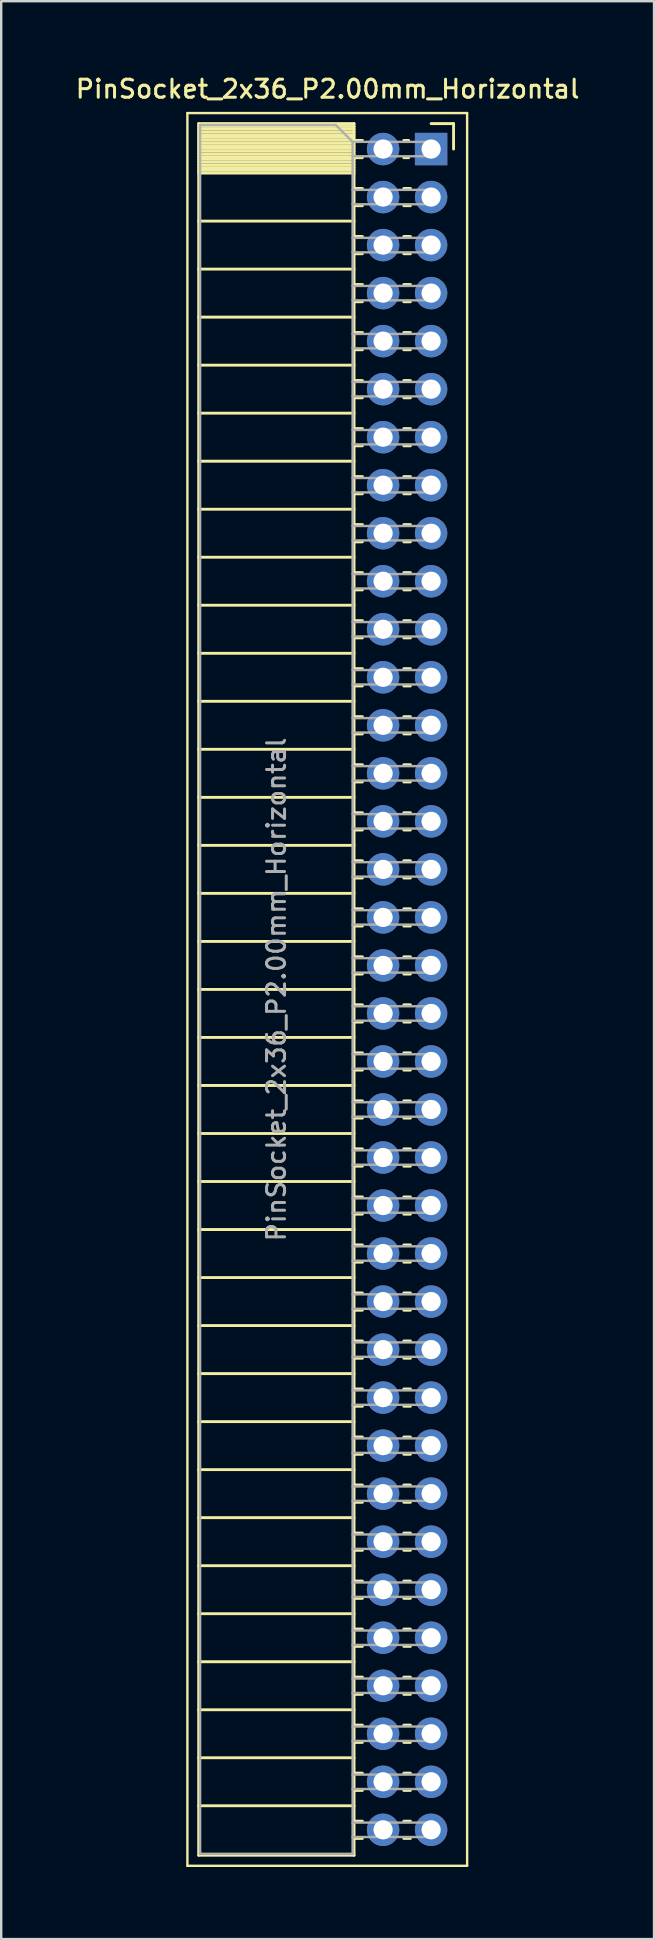
<source format=kicad_pcb>
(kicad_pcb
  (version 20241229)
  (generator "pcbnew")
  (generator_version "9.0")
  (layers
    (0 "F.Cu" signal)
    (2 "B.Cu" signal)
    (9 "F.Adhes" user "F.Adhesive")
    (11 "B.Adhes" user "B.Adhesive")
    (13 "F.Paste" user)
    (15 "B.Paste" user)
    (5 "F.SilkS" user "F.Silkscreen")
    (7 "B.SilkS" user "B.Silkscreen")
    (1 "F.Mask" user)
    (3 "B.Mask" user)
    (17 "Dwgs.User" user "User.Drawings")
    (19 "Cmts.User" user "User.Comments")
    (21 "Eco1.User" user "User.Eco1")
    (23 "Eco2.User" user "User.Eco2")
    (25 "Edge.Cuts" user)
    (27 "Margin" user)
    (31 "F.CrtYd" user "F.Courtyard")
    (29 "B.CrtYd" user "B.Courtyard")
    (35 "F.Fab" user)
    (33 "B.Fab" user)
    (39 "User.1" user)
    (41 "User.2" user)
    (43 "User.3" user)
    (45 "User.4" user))
  (footprint "PinSocket_2x36_P2.00mm_Horizontal"
    (layer "F.Cu")
    (at 14.905 3.158)
    (property "Reference" "PinSocket_2x36_P2.00mm_Horizontal" (at -4.31 -2.5 0) (layer "F.SilkS") (effects (font (size 0.75 0.75) (thickness 0.125))))
    (attr through_hole)
    (fp_line (start -10.15 -1.5) (end -10.15 71.5) (stroke (width 0.1) (type solid)) (layer "F.SilkS"))
    (fp_line (start -10.15 71.5) (end 1.5 71.5) (stroke (width 0.1) (type solid)) (layer "F.SilkS"))
    (fp_line (start -9.68 -1.06) (end -9.68 71.06) (stroke (width 0.12) (type solid)) (layer "F.SilkS"))
    (fp_line (start -9.68 -1.06) (end -3.21 -1.06) (stroke (width 0.12) (type solid)) (layer "F.SilkS"))
    (fp_line (start -9.68 -0.94) (end -3.21 -0.94) (stroke (width 0.12) (type solid)) (layer "F.SilkS"))
    (fp_line (start -9.68 -0.826) (end -3.21 -0.826) (stroke (width 0.12) (type solid)) (layer "F.SilkS"))
    (fp_line (start -9.68 -0.712) (end -3.21 -0.712) (stroke (width 0.12) (type solid)) (layer "F.SilkS"))
    (fp_line (start -9.68 -0.598) (end -3.21 -0.598) (stroke (width 0.12) (type solid)) (layer "F.SilkS"))
    (fp_line (start -9.68 -0.484) (end -3.21 -0.484) (stroke (width 0.12) (type solid)) (layer "F.SilkS"))
    (fp_line (start -9.68 -0.369) (end -3.21 -0.369) (stroke (width 0.12) (type solid)) (layer "F.SilkS"))
    (fp_line (start -9.68 -0.255) (end -3.21 -0.255) (stroke (width 0.12) (type solid)) (layer "F.SilkS"))
    (fp_line (start -9.68 -0.141) (end -3.21 -0.141) (stroke (width 0.12) (type solid)) (layer "F.SilkS"))
    (fp_line (start -9.68 -0.027) (end -3.21 -0.027) (stroke (width 0.12) (type solid)) (layer "F.SilkS"))
    (fp_line (start -9.68 0.087) (end -3.21 0.087) (stroke (width 0.12) (type solid)) (layer "F.SilkS"))
    (fp_line (start -9.68 0.201) (end -3.21 0.201) (stroke (width 0.12) (type solid)) (layer "F.SilkS"))
    (fp_line (start -9.68 0.315) (end -3.21 0.315) (stroke (width 0.12) (type solid)) (layer "F.SilkS"))
    (fp_line (start -9.68 0.429) (end -3.21 0.429) (stroke (width 0.12) (type solid)) (layer "F.SilkS"))
    (fp_line (start -9.68 0.544) (end -3.21 0.544) (stroke (width 0.12) (type solid)) (layer "F.SilkS"))
    (fp_line (start -9.68 0.658) (end -3.21 0.658) (stroke (width 0.12) (type solid)) (layer "F.SilkS"))
    (fp_line (start -9.68 0.772) (end -3.21 0.772) (stroke (width 0.12) (type solid)) (layer "F.SilkS"))
    (fp_line (start -9.68 0.886) (end -3.21 0.886) (stroke (width 0.12) (type solid)) (layer "F.SilkS"))
    (fp_line (start -9.68 1) (end -3.21 1) (stroke (width 0.12) (type solid)) (layer "F.SilkS"))
    (fp_line (start -9.68 3) (end -3.21 3) (stroke (width 0.12) (type solid)) (layer "F.SilkS"))
    (fp_line (start -9.68 5) (end -3.21 5) (stroke (width 0.12) (type solid)) (layer "F.SilkS"))
    (fp_line (start -9.68 7) (end -3.21 7) (stroke (width 0.12) (type solid)) (layer "F.SilkS"))
    (fp_line (start -9.68 9) (end -3.21 9) (stroke (width 0.12) (type solid)) (layer "F.SilkS"))
    (fp_line (start -9.68 11) (end -3.21 11) (stroke (width 0.12) (type solid)) (layer "F.SilkS"))
    (fp_line (start -9.68 13) (end -3.21 13) (stroke (width 0.12) (type solid)) (layer "F.SilkS"))
    (fp_line (start -9.68 15) (end -3.21 15) (stroke (width 0.12) (type solid)) (layer "F.SilkS"))
    (fp_line (start -9.68 17) (end -3.21 17) (stroke (width 0.12) (type solid)) (layer "F.SilkS"))
    (fp_line (start -9.68 19) (end -3.21 19) (stroke (width 0.12) (type solid)) (layer "F.SilkS"))
    (fp_line (start -9.68 21) (end -3.21 21) (stroke (width 0.12) (type solid)) (layer "F.SilkS"))
    (fp_line (start -9.68 23) (end -3.21 23) (stroke (width 0.12) (type solid)) (layer "F.SilkS"))
    (fp_line (start -9.68 25) (end -3.21 25) (stroke (width 0.12) (type solid)) (layer "F.SilkS"))
    (fp_line (start -9.68 27) (end -3.21 27) (stroke (width 0.12) (type solid)) (layer "F.SilkS"))
    (fp_line (start -9.68 29) (end -3.21 29) (stroke (width 0.12) (type solid)) (layer "F.SilkS"))
    (fp_line (start -9.68 31) (end -3.21 31) (stroke (width 0.12) (type solid)) (layer "F.SilkS"))
    (fp_line (start -9.68 33) (end -3.21 33) (stroke (width 0.12) (type solid)) (layer "F.SilkS"))
    (fp_line (start -9.68 35) (end -3.21 35) (stroke (width 0.12) (type solid)) (layer "F.SilkS"))
    (fp_line (start -9.68 37) (end -3.21 37) (stroke (width 0.12) (type solid)) (layer "F.SilkS"))
    (fp_line (start -9.68 39) (end -3.21 39) (stroke (width 0.12) (type solid)) (layer "F.SilkS"))
    (fp_line (start -9.68 41) (end -3.21 41) (stroke (width 0.12) (type solid)) (layer "F.SilkS"))
    (fp_line (start -9.68 43) (end -3.21 43) (stroke (width 0.12) (type solid)) (layer "F.SilkS"))
    (fp_line (start -9.68 45) (end -3.21 45) (stroke (width 0.12) (type solid)) (layer "F.SilkS"))
    (fp_line (start -9.68 47) (end -3.21 47) (stroke (width 0.12) (type solid)) (layer "F.SilkS"))
    (fp_line (start -9.68 49) (end -3.21 49) (stroke (width 0.12) (type solid)) (layer "F.SilkS"))
    (fp_line (start -9.68 51) (end -3.21 51) (stroke (width 0.12) (type solid)) (layer "F.SilkS"))
    (fp_line (start -9.68 53) (end -3.21 53) (stroke (width 0.12) (type solid)) (layer "F.SilkS"))
    (fp_line (start -9.68 55) (end -3.21 55) (stroke (width 0.12) (type solid)) (layer "F.SilkS"))
    (fp_line (start -9.68 57) (end -3.21 57) (stroke (width 0.12) (type solid)) (layer "F.SilkS"))
    (fp_line (start -9.68 59) (end -3.21 59) (stroke (width 0.12) (type solid)) (layer "F.SilkS"))
    (fp_line (start -9.68 61) (end -3.21 61) (stroke (width 0.12) (type solid)) (layer "F.SilkS"))
    (fp_line (start -9.68 63) (end -3.21 63) (stroke (width 0.12) (type solid)) (layer "F.SilkS"))
    (fp_line (start -9.68 65) (end -3.21 65) (stroke (width 0.12) (type solid)) (layer "F.SilkS"))
    (fp_line (start -9.68 67) (end -3.21 67) (stroke (width 0.12) (type solid)) (layer "F.SilkS"))
    (fp_line (start -9.68 69) (end -3.21 69) (stroke (width 0.12) (type solid)) (layer "F.SilkS"))
    (fp_line (start -9.68 71.06) (end -3.21 71.06) (stroke (width 0.12) (type solid)) (layer "F.SilkS"))
    (fp_line (start -3.21 -1.06) (end -3.21 71.06) (stroke (width 0.12) (type solid)) (layer "F.SilkS"))
    (fp_line (start -3.21 -0.36) (end -2.863 -0.36) (stroke (width 0.12) (type solid)) (layer "F.SilkS"))
    (fp_line (start -3.21 0.36) (end -2.863 0.36) (stroke (width 0.12) (type solid)) (layer "F.SilkS"))
    (fp_line (start -3.21 1.64) (end -2.863 1.64) (stroke (width 0.12) (type solid)) (layer "F.SilkS"))
    (fp_line (start -3.21 2.36) (end -2.863 2.36) (stroke (width 0.12) (type solid)) (layer "F.SilkS"))
    (fp_line (start -3.21 3.64) (end -2.863 3.64) (stroke (width 0.12) (type solid)) (layer "F.SilkS"))
    (fp_line (start -3.21 4.36) (end -2.863 4.36) (stroke (width 0.12) (type solid)) (layer "F.SilkS"))
    (fp_line (start -3.21 5.64) (end -2.863 5.64) (stroke (width 0.12) (type solid)) (layer "F.SilkS"))
    (fp_line (start -3.21 6.36) (end -2.863 6.36) (stroke (width 0.12) (type solid)) (layer "F.SilkS"))
    (fp_line (start -3.21 7.64) (end -2.863 7.64) (stroke (width 0.12) (type solid)) (layer "F.SilkS"))
    (fp_line (start -3.21 8.36) (end -2.863 8.36) (stroke (width 0.12) (type solid)) (layer "F.SilkS"))
    (fp_line (start -3.21 9.64) (end -2.863 9.64) (stroke (width 0.12) (type solid)) (layer "F.SilkS"))
    (fp_line (start -3.21 10.36) (end -2.863 10.36) (stroke (width 0.12) (type solid)) (layer "F.SilkS"))
    (fp_line (start -3.21 11.64) (end -2.863 11.64) (stroke (width 0.12) (type solid)) (layer "F.SilkS"))
    (fp_line (start -3.21 12.36) (end -2.863 12.36) (stroke (width 0.12) (type solid)) (layer "F.SilkS"))
    (fp_line (start -3.21 13.64) (end -2.863 13.64) (stroke (width 0.12) (type solid)) (layer "F.SilkS"))
    (fp_line (start -3.21 14.36) (end -2.863 14.36) (stroke (width 0.12) (type solid)) (layer "F.SilkS"))
    (fp_line (start -3.21 15.64) (end -2.863 15.64) (stroke (width 0.12) (type solid)) (layer "F.SilkS"))
    (fp_line (start -3.21 16.36) (end -2.863 16.36) (stroke (width 0.12) (type solid)) (layer "F.SilkS"))
    (fp_line (start -3.21 17.64) (end -2.863 17.64) (stroke (width 0.12) (type solid)) (layer "F.SilkS"))
    (fp_line (start -3.21 18.36) (end -2.863 18.36) (stroke (width 0.12) (type solid)) (layer "F.SilkS"))
    (fp_line (start -3.21 19.64) (end -2.863 19.64) (stroke (width 0.12) (type solid)) (layer "F.SilkS"))
    (fp_line (start -3.21 20.36) (end -2.863 20.36) (stroke (width 0.12) (type solid)) (layer "F.SilkS"))
    (fp_line (start -3.21 21.64) (end -2.863 21.64) (stroke (width 0.12) (type solid)) (layer "F.SilkS"))
    (fp_line (start -3.21 22.36) (end -2.863 22.36) (stroke (width 0.12) (type solid)) (layer "F.SilkS"))
    (fp_line (start -3.21 23.64) (end -2.863 23.64) (stroke (width 0.12) (type solid)) (layer "F.SilkS"))
    (fp_line (start -3.21 24.36) (end -2.863 24.36) (stroke (width 0.12) (type solid)) (layer "F.SilkS"))
    (fp_line (start -3.21 25.64) (end -2.863 25.64) (stroke (width 0.12) (type solid)) (layer "F.SilkS"))
    (fp_line (start -3.21 26.36) (end -2.863 26.36) (stroke (width 0.12) (type solid)) (layer "F.SilkS"))
    (fp_line (start -3.21 27.64) (end -2.863 27.64) (stroke (width 0.12) (type solid)) (layer "F.SilkS"))
    (fp_line (start -3.21 28.36) (end -2.863 28.36) (stroke (width 0.12) (type solid)) (layer "F.SilkS"))
    (fp_line (start -3.21 29.64) (end -2.863 29.64) (stroke (width 0.12) (type solid)) (layer "F.SilkS"))
    (fp_line (start -3.21 30.36) (end -2.863 30.36) (stroke (width 0.12) (type solid)) (layer "F.SilkS"))
    (fp_line (start -3.21 31.64) (end -2.863 31.64) (stroke (width 0.12) (type solid)) (layer "F.SilkS"))
    (fp_line (start -3.21 32.36) (end -2.863 32.36) (stroke (width 0.12) (type solid)) (layer "F.SilkS"))
    (fp_line (start -3.21 33.64) (end -2.863 33.64) (stroke (width 0.12) (type solid)) (layer "F.SilkS"))
    (fp_line (start -3.21 34.36) (end -2.863 34.36) (stroke (width 0.12) (type solid)) (layer "F.SilkS"))
    (fp_line (start -3.21 35.64) (end -2.863 35.64) (stroke (width 0.12) (type solid)) (layer "F.SilkS"))
    (fp_line (start -3.21 36.36) (end -2.863 36.36) (stroke (width 0.12) (type solid)) (layer "F.SilkS"))
    (fp_line (start -3.21 37.64) (end -2.863 37.64) (stroke (width 0.12) (type solid)) (layer "F.SilkS"))
    (fp_line (start -3.21 38.36) (end -2.863 38.36) (stroke (width 0.12) (type solid)) (layer "F.SilkS"))
    (fp_line (start -3.21 39.64) (end -2.863 39.64) (stroke (width 0.12) (type solid)) (layer "F.SilkS"))
    (fp_line (start -3.21 40.36) (end -2.863 40.36) (stroke (width 0.12) (type solid)) (layer "F.SilkS"))
    (fp_line (start -3.21 41.64) (end -2.863 41.64) (stroke (width 0.12) (type solid)) (layer "F.SilkS"))
    (fp_line (start -3.21 42.36) (end -2.863 42.36) (stroke (width 0.12) (type solid)) (layer "F.SilkS"))
    (fp_line (start -3.21 43.64) (end -2.863 43.64) (stroke (width 0.12) (type solid)) (layer "F.SilkS"))
    (fp_line (start -3.21 44.36) (end -2.863 44.36) (stroke (width 0.12) (type solid)) (layer "F.SilkS"))
    (fp_line (start -3.21 45.64) (end -2.863 45.64) (stroke (width 0.12) (type solid)) (layer "F.SilkS"))
    (fp_line (start -3.21 46.36) (end -2.863 46.36) (stroke (width 0.12) (type solid)) (layer "F.SilkS"))
    (fp_line (start -3.21 47.64) (end -2.863 47.64) (stroke (width 0.12) (type solid)) (layer "F.SilkS"))
    (fp_line (start -3.21 48.36) (end -2.863 48.36) (stroke (width 0.12) (type solid)) (layer "F.SilkS"))
    (fp_line (start -3.21 49.64) (end -2.863 49.64) (stroke (width 0.12) (type solid)) (layer "F.SilkS"))
    (fp_line (start -3.21 50.36) (end -2.863 50.36) (stroke (width 0.12) (type solid)) (layer "F.SilkS"))
    (fp_line (start -3.21 51.64) (end -2.863 51.64) (stroke (width 0.12) (type solid)) (layer "F.SilkS"))
    (fp_line (start -3.21 52.36) (end -2.863 52.36) (stroke (width 0.12) (type solid)) (layer "F.SilkS"))
    (fp_line (start -3.21 53.64) (end -2.863 53.64) (stroke (width 0.12) (type solid)) (layer "F.SilkS"))
    (fp_line (start -3.21 54.36) (end -2.863 54.36) (stroke (width 0.12) (type solid)) (layer "F.SilkS"))
    (fp_line (start -3.21 55.64) (end -2.863 55.64) (stroke (width 0.12) (type solid)) (layer "F.SilkS"))
    (fp_line (start -3.21 56.36) (end -2.863 56.36) (stroke (width 0.12) (type solid)) (layer "F.SilkS"))
    (fp_line (start -3.21 57.64) (end -2.863 57.64) (stroke (width 0.12) (type solid)) (layer "F.SilkS"))
    (fp_line (start -3.21 58.36) (end -2.863 58.36) (stroke (width 0.12) (type solid)) (layer "F.SilkS"))
    (fp_line (start -3.21 59.64) (end -2.863 59.64) (stroke (width 0.12) (type solid)) (layer "F.SilkS"))
    (fp_line (start -3.21 60.36) (end -2.863 60.36) (stroke (width 0.12) (type solid)) (layer "F.SilkS"))
    (fp_line (start -3.21 61.64) (end -2.863 61.64) (stroke (width 0.12) (type solid)) (layer "F.SilkS"))
    (fp_line (start -3.21 62.36) (end -2.863 62.36) (stroke (width 0.12) (type solid)) (layer "F.SilkS"))
    (fp_line (start -3.21 63.64) (end -2.863 63.64) (stroke (width 0.12) (type solid)) (layer "F.SilkS"))
    (fp_line (start -3.21 64.36) (end -2.863 64.36) (stroke (width 0.12) (type solid)) (layer "F.SilkS"))
    (fp_line (start -3.21 65.64) (end -2.863 65.64) (stroke (width 0.12) (type solid)) (layer "F.SilkS"))
    (fp_line (start -3.21 66.36) (end -2.863 66.36) (stroke (width 0.12) (type solid)) (layer "F.SilkS"))
    (fp_line (start -3.21 67.64) (end -2.863 67.64) (stroke (width 0.12) (type solid)) (layer "F.SilkS"))
    (fp_line (start -3.21 68.36) (end -2.863 68.36) (stroke (width 0.12) (type solid)) (layer "F.SilkS"))
    (fp_line (start -3.21 69.64) (end -2.863 69.64) (stroke (width 0.12) (type solid)) (layer "F.SilkS"))
    (fp_line (start -3.21 70.36) (end -2.863 70.36) (stroke (width 0.12) (type solid)) (layer "F.SilkS"))
    (fp_line (start -1.137 -0.36) (end -0.935 -0.36) (stroke (width 0.12) (type solid)) (layer "F.SilkS"))
    (fp_line (start -1.137 0.36) (end -0.935 0.36) (stroke (width 0.12) (type solid)) (layer "F.SilkS"))
    (fp_line (start -1.137 1.64) (end -0.863 1.64) (stroke (width 0.12) (type solid)) (layer "F.SilkS"))
    (fp_line (start -1.137 2.36) (end -0.863 2.36) (stroke (width 0.12) (type solid)) (layer "F.SilkS"))
    (fp_line (start -1.137 3.64) (end -0.863 3.64) (stroke (width 0.12) (type solid)) (layer "F.SilkS"))
    (fp_line (start -1.137 4.36) (end -0.863 4.36) (stroke (width 0.12) (type solid)) (layer "F.SilkS"))
    (fp_line (start -1.137 5.64) (end -0.863 5.64) (stroke (width 0.12) (type solid)) (layer "F.SilkS"))
    (fp_line (start -1.137 6.36) (end -0.863 6.36) (stroke (width 0.12) (type solid)) (layer "F.SilkS"))
    (fp_line (start -1.137 7.64) (end -0.863 7.64) (stroke (width 0.12) (type solid)) (layer "F.SilkS"))
    (fp_line (start -1.137 8.36) (end -0.863 8.36) (stroke (width 0.12) (type solid)) (layer "F.SilkS"))
    (fp_line (start -1.137 9.64) (end -0.863 9.64) (stroke (width 0.12) (type solid)) (layer "F.SilkS"))
    (fp_line (start -1.137 10.36) (end -0.863 10.36) (stroke (width 0.12) (type solid)) (layer "F.SilkS"))
    (fp_line (start -1.137 11.64) (end -0.863 11.64) (stroke (width 0.12) (type solid)) (layer "F.SilkS"))
    (fp_line (start -1.137 12.36) (end -0.863 12.36) (stroke (width 0.12) (type solid)) (layer "F.SilkS"))
    (fp_line (start -1.137 13.64) (end -0.863 13.64) (stroke (width 0.12) (type solid)) (layer "F.SilkS"))
    (fp_line (start -1.137 14.36) (end -0.863 14.36) (stroke (width 0.12) (type solid)) (layer "F.SilkS"))
    (fp_line (start -1.137 15.64) (end -0.863 15.64) (stroke (width 0.12) (type solid)) (layer "F.SilkS"))
    (fp_line (start -1.137 16.36) (end -0.863 16.36) (stroke (width 0.12) (type solid)) (layer "F.SilkS"))
    (fp_line (start -1.137 17.64) (end -0.863 17.64) (stroke (width 0.12) (type solid)) (layer "F.SilkS"))
    (fp_line (start -1.137 18.36) (end -0.863 18.36) (stroke (width 0.12) (type solid)) (layer "F.SilkS"))
    (fp_line (start -1.137 19.64) (end -0.863 19.64) (stroke (width 0.12) (type solid)) (layer "F.SilkS"))
    (fp_line (start -1.137 20.36) (end -0.863 20.36) (stroke (width 0.12) (type solid)) (layer "F.SilkS"))
    (fp_line (start -1.137 21.64) (end -0.863 21.64) (stroke (width 0.12) (type solid)) (layer "F.SilkS"))
    (fp_line (start -1.137 22.36) (end -0.863 22.36) (stroke (width 0.12) (type solid)) (layer "F.SilkS"))
    (fp_line (start -1.137 23.64) (end -0.863 23.64) (stroke (width 0.12) (type solid)) (layer "F.SilkS"))
    (fp_line (start -1.137 24.36) (end -0.863 24.36) (stroke (width 0.12) (type solid)) (layer "F.SilkS"))
    (fp_line (start -1.137 25.64) (end -0.863 25.64) (stroke (width 0.12) (type solid)) (layer "F.SilkS"))
    (fp_line (start -1.137 26.36) (end -0.863 26.36) (stroke (width 0.12) (type solid)) (layer "F.SilkS"))
    (fp_line (start -1.137 27.64) (end -0.863 27.64) (stroke (width 0.12) (type solid)) (layer "F.SilkS"))
    (fp_line (start -1.137 28.36) (end -0.863 28.36) (stroke (width 0.12) (type solid)) (layer "F.SilkS"))
    (fp_line (start -1.137 29.64) (end -0.863 29.64) (stroke (width 0.12) (type solid)) (layer "F.SilkS"))
    (fp_line (start -1.137 30.36) (end -0.863 30.36) (stroke (width 0.12) (type solid)) (layer "F.SilkS"))
    (fp_line (start -1.137 31.64) (end -0.863 31.64) (stroke (width 0.12) (type solid)) (layer "F.SilkS"))
    (fp_line (start -1.137 32.36) (end -0.863 32.36) (stroke (width 0.12) (type solid)) (layer "F.SilkS"))
    (fp_line (start -1.137 33.64) (end -0.863 33.64) (stroke (width 0.12) (type solid)) (layer "F.SilkS"))
    (fp_line (start -1.137 34.36) (end -0.863 34.36) (stroke (width 0.12) (type solid)) (layer "F.SilkS"))
    (fp_line (start -1.137 35.64) (end -0.863 35.64) (stroke (width 0.12) (type solid)) (layer "F.SilkS"))
    (fp_line (start -1.137 36.36) (end -0.863 36.36) (stroke (width 0.12) (type solid)) (layer "F.SilkS"))
    (fp_line (start -1.137 37.64) (end -0.863 37.64) (stroke (width 0.12) (type solid)) (layer "F.SilkS"))
    (fp_line (start -1.137 38.36) (end -0.863 38.36) (stroke (width 0.12) (type solid)) (layer "F.SilkS"))
    (fp_line (start -1.137 39.64) (end -0.863 39.64) (stroke (width 0.12) (type solid)) (layer "F.SilkS"))
    (fp_line (start -1.137 40.36) (end -0.863 40.36) (stroke (width 0.12) (type solid)) (layer "F.SilkS"))
    (fp_line (start -1.137 41.64) (end -0.863 41.64) (stroke (width 0.12) (type solid)) (layer "F.SilkS"))
    (fp_line (start -1.137 42.36) (end -0.863 42.36) (stroke (width 0.12) (type solid)) (layer "F.SilkS"))
    (fp_line (start -1.137 43.64) (end -0.863 43.64) (stroke (width 0.12) (type solid)) (layer "F.SilkS"))
    (fp_line (start -1.137 44.36) (end -0.863 44.36) (stroke (width 0.12) (type solid)) (layer "F.SilkS"))
    (fp_line (start -1.137 45.64) (end -0.863 45.64) (stroke (width 0.12) (type solid)) (layer "F.SilkS"))
    (fp_line (start -1.137 46.36) (end -0.863 46.36) (stroke (width 0.12) (type solid)) (layer "F.SilkS"))
    (fp_line (start -1.137 47.64) (end -0.863 47.64) (stroke (width 0.12) (type solid)) (layer "F.SilkS"))
    (fp_line (start -1.137 48.36) (end -0.863 48.36) (stroke (width 0.12) (type solid)) (layer "F.SilkS"))
    (fp_line (start -1.137 49.64) (end -0.863 49.64) (stroke (width 0.12) (type solid)) (layer "F.SilkS"))
    (fp_line (start -1.137 50.36) (end -0.863 50.36) (stroke (width 0.12) (type solid)) (layer "F.SilkS"))
    (fp_line (start -1.137 51.64) (end -0.863 51.64) (stroke (width 0.12) (type solid)) (layer "F.SilkS"))
    (fp_line (start -1.137 52.36) (end -0.863 52.36) (stroke (width 0.12) (type solid)) (layer "F.SilkS"))
    (fp_line (start -1.137 53.64) (end -0.863 53.64) (stroke (width 0.12) (type solid)) (layer "F.SilkS"))
    (fp_line (start -1.137 54.36) (end -0.863 54.36) (stroke (width 0.12) (type solid)) (layer "F.SilkS"))
    (fp_line (start -1.137 55.64) (end -0.863 55.64) (stroke (width 0.12) (type solid)) (layer "F.SilkS"))
    (fp_line (start -1.137 56.36) (end -0.863 56.36) (stroke (width 0.12) (type solid)) (layer "F.SilkS"))
    (fp_line (start -1.137 57.64) (end -0.863 57.64) (stroke (width 0.12) (type solid)) (layer "F.SilkS"))
    (fp_line (start -1.137 58.36) (end -0.863 58.36) (stroke (width 0.12) (type solid)) (layer "F.SilkS"))
    (fp_line (start -1.137 59.64) (end -0.863 59.64) (stroke (width 0.12) (type solid)) (layer "F.SilkS"))
    (fp_line (start -1.137 60.36) (end -0.863 60.36) (stroke (width 0.12) (type solid)) (layer "F.SilkS"))
    (fp_line (start -1.137 61.64) (end -0.863 61.64) (stroke (width 0.12) (type solid)) (layer "F.SilkS"))
    (fp_line (start -1.137 62.36) (end -0.863 62.36) (stroke (width 0.12) (type solid)) (layer "F.SilkS"))
    (fp_line (start -1.137 63.64) (end -0.863 63.64) (stroke (width 0.12) (type solid)) (layer "F.SilkS"))
    (fp_line (start -1.137 64.36) (end -0.863 64.36) (stroke (width 0.12) (type solid)) (layer "F.SilkS"))
    (fp_line (start -1.137 65.64) (end -0.863 65.64) (stroke (width 0.12) (type solid)) (layer "F.SilkS"))
    (fp_line (start -1.137 66.36) (end -0.863 66.36) (stroke (width 0.12) (type solid)) (layer "F.SilkS"))
    (fp_line (start -1.137 67.64) (end -0.863 67.64) (stroke (width 0.12) (type solid)) (layer "F.SilkS"))
    (fp_line (start -1.137 68.36) (end -0.863 68.36) (stroke (width 0.12) (type solid)) (layer "F.SilkS"))
    (fp_line (start -1.137 69.64) (end -0.863 69.64) (stroke (width 0.12) (type solid)) (layer "F.SilkS"))
    (fp_line (start -1.137 70.36) (end -0.863 70.36) (stroke (width 0.12) (type solid)) (layer "F.SilkS"))
    (fp_line (start 0 -1.06) (end 0.935 -1.06) (stroke (width 0.12) (type solid)) (layer "F.SilkS"))
    (fp_line (start 0.935 -1.06) (end 0.935 0) (stroke (width 0.12) (type solid)) (layer "F.SilkS"))
    (fp_line (start 1.5 -1.5) (end -10.15 -1.5) (stroke (width 0.1) (type solid)) (layer "F.SilkS"))
    (fp_line (start 1.5 71.5) (end 1.5 -1.5) (stroke (width 0.1) (type solid)) (layer "F.SilkS"))
    (fp_line (start -9.62 -1) (end -3.97 -1) (stroke (width 0.1) (type solid)) (layer "F.Fab"))
    (fp_line (start -9.62 71) (end -9.62 -1) (stroke (width 0.1) (type solid)) (layer "F.Fab"))
    (fp_line (start -3.97 -1) (end -3.27 -0.3) (stroke (width 0.1) (type solid)) (layer "F.Fab"))
    (fp_line (start -3.27 -0.3) (end -3.27 71) (stroke (width 0.1) (type solid)) (layer "F.Fab"))
    (fp_line (start -3.27 0.3) (end 0 0.3) (stroke (width 0.1) (type solid)) (layer "F.Fab"))
    (fp_line (start -3.27 2.3) (end 0 2.3) (stroke (width 0.1) (type solid)) (layer "F.Fab"))
    (fp_line (start -3.27 4.3) (end 0 4.3) (stroke (width 0.1) (type solid)) (layer "F.Fab"))
    (fp_line (start -3.27 6.3) (end 0 6.3) (stroke (width 0.1) (type solid)) (layer "F.Fab"))
    (fp_line (start -3.27 8.3) (end 0 8.3) (stroke (width 0.1) (type solid)) (layer "F.Fab"))
    (fp_line (start -3.27 10.3) (end 0 10.3) (stroke (width 0.1) (type solid)) (layer "F.Fab"))
    (fp_line (start -3.27 12.3) (end 0 12.3) (stroke (width 0.1) (type solid)) (layer "F.Fab"))
    (fp_line (start -3.27 14.3) (end 0 14.3) (stroke (width 0.1) (type solid)) (layer "F.Fab"))
    (fp_line (start -3.27 16.3) (end 0 16.3) (stroke (width 0.1) (type solid)) (layer "F.Fab"))
    (fp_line (start -3.27 18.3) (end 0 18.3) (stroke (width 0.1) (type solid)) (layer "F.Fab"))
    (fp_line (start -3.27 20.3) (end 0 20.3) (stroke (width 0.1) (type solid)) (layer "F.Fab"))
    (fp_line (start -3.27 22.3) (end 0 22.3) (stroke (width 0.1) (type solid)) (layer "F.Fab"))
    (fp_line (start -3.27 24.3) (end 0 24.3) (stroke (width 0.1) (type solid)) (layer "F.Fab"))
    (fp_line (start -3.27 26.3) (end 0 26.3) (stroke (width 0.1) (type solid)) (layer "F.Fab"))
    (fp_line (start -3.27 28.3) (end 0 28.3) (stroke (width 0.1) (type solid)) (layer "F.Fab"))
    (fp_line (start -3.27 30.3) (end 0 30.3) (stroke (width 0.1) (type solid)) (layer "F.Fab"))
    (fp_line (start -3.27 32.3) (end 0 32.3) (stroke (width 0.1) (type solid)) (layer "F.Fab"))
    (fp_line (start -3.27 34.3) (end 0 34.3) (stroke (width 0.1) (type solid)) (layer "F.Fab"))
    (fp_line (start -3.27 36.3) (end 0 36.3) (stroke (width 0.1) (type solid)) (layer "F.Fab"))
    (fp_line (start -3.27 38.3) (end 0 38.3) (stroke (width 0.1) (type solid)) (layer "F.Fab"))
    (fp_line (start -3.27 40.3) (end 0 40.3) (stroke (width 0.1) (type solid)) (layer "F.Fab"))
    (fp_line (start -3.27 42.3) (end 0 42.3) (stroke (width 0.1) (type solid)) (layer "F.Fab"))
    (fp_line (start -3.27 44.3) (end 0 44.3) (stroke (width 0.1) (type solid)) (layer "F.Fab"))
    (fp_line (start -3.27 46.3) (end 0 46.3) (stroke (width 0.1) (type solid)) (layer "F.Fab"))
    (fp_line (start -3.27 48.3) (end 0 48.3) (stroke (width 0.1) (type solid)) (layer "F.Fab"))
    (fp_line (start -3.27 50.3) (end 0 50.3) (stroke (width 0.1) (type solid)) (layer "F.Fab"))
    (fp_line (start -3.27 52.3) (end 0 52.3) (stroke (width 0.1) (type solid)) (layer "F.Fab"))
    (fp_line (start -3.27 54.3) (end 0 54.3) (stroke (width 0.1) (type solid)) (layer "F.Fab"))
    (fp_line (start -3.27 56.3) (end 0 56.3) (stroke (width 0.1) (type solid)) (layer "F.Fab"))
    (fp_line (start -3.27 58.3) (end 0 58.3) (stroke (width 0.1) (type solid)) (layer "F.Fab"))
    (fp_line (start -3.27 60.3) (end 0 60.3) (stroke (width 0.1) (type solid)) (layer "F.Fab"))
    (fp_line (start -3.27 62.3) (end 0 62.3) (stroke (width 0.1) (type solid)) (layer "F.Fab"))
    (fp_line (start -3.27 64.3) (end 0 64.3) (stroke (width 0.1) (type solid)) (layer "F.Fab"))
    (fp_line (start -3.27 66.3) (end 0 66.3) (stroke (width 0.1) (type solid)) (layer "F.Fab"))
    (fp_line (start -3.27 68.3) (end 0 68.3) (stroke (width 0.1) (type solid)) (layer "F.Fab"))
    (fp_line (start -3.27 70.3) (end 0 70.3) (stroke (width 0.1) (type solid)) (layer "F.Fab"))
    (fp_line (start -3.27 71) (end -9.62 71) (stroke (width 0.1) (type solid)) (layer "F.Fab"))
    (fp_line (start 0 -0.3) (end -3.27 -0.3) (stroke (width 0.1) (type solid)) (layer "F.Fab"))
    (fp_line (start 0 0.3) (end 0 -0.3) (stroke (width 0.1) (type solid)) (layer "F.Fab"))
    (fp_line (start 0 1.7) (end -3.27 1.7) (stroke (width 0.1) (type solid)) (layer "F.Fab"))
    (fp_line (start 0 2.3) (end 0 1.7) (stroke (width 0.1) (type solid)) (layer "F.Fab"))
    (fp_line (start 0 3.7) (end -3.27 3.7) (stroke (width 0.1) (type solid)) (layer "F.Fab"))
    (fp_line (start 0 4.3) (end 0 3.7) (stroke (width 0.1) (type solid)) (layer "F.Fab"))
    (fp_line (start 0 5.7) (end -3.27 5.7) (stroke (width 0.1) (type solid)) (layer "F.Fab"))
    (fp_line (start 0 6.3) (end 0 5.7) (stroke (width 0.1) (type solid)) (layer "F.Fab"))
    (fp_line (start 0 7.7) (end -3.27 7.7) (stroke (width 0.1) (type solid)) (layer "F.Fab"))
    (fp_line (start 0 8.3) (end 0 7.7) (stroke (width 0.1) (type solid)) (layer "F.Fab"))
    (fp_line (start 0 9.7) (end -3.27 9.7) (stroke (width 0.1) (type solid)) (layer "F.Fab"))
    (fp_line (start 0 10.3) (end 0 9.7) (stroke (width 0.1) (type solid)) (layer "F.Fab"))
    (fp_line (start 0 11.7) (end -3.27 11.7) (stroke (width 0.1) (type solid)) (layer "F.Fab"))
    (fp_line (start 0 12.3) (end 0 11.7) (stroke (width 0.1) (type solid)) (layer "F.Fab"))
    (fp_line (start 0 13.7) (end -3.27 13.7) (stroke (width 0.1) (type solid)) (layer "F.Fab"))
    (fp_line (start 0 14.3) (end 0 13.7) (stroke (width 0.1) (type solid)) (layer "F.Fab"))
    (fp_line (start 0 15.7) (end -3.27 15.7) (stroke (width 0.1) (type solid)) (layer "F.Fab"))
    (fp_line (start 0 16.3) (end 0 15.7) (stroke (width 0.1) (type solid)) (layer "F.Fab"))
    (fp_line (start 0 17.7) (end -3.27 17.7) (stroke (width 0.1) (type solid)) (layer "F.Fab"))
    (fp_line (start 0 18.3) (end 0 17.7) (stroke (width 0.1) (type solid)) (layer "F.Fab"))
    (fp_line (start 0 19.7) (end -3.27 19.7) (stroke (width 0.1) (type solid)) (layer "F.Fab"))
    (fp_line (start 0 20.3) (end 0 19.7) (stroke (width 0.1) (type solid)) (layer "F.Fab"))
    (fp_line (start 0 21.7) (end -3.27 21.7) (stroke (width 0.1) (type solid)) (layer "F.Fab"))
    (fp_line (start 0 22.3) (end 0 21.7) (stroke (width 0.1) (type solid)) (layer "F.Fab"))
    (fp_line (start 0 23.7) (end -3.27 23.7) (stroke (width 0.1) (type solid)) (layer "F.Fab"))
    (fp_line (start 0 24.3) (end 0 23.7) (stroke (width 0.1) (type solid)) (layer "F.Fab"))
    (fp_line (start 0 25.7) (end -3.27 25.7) (stroke (width 0.1) (type solid)) (layer "F.Fab"))
    (fp_line (start 0 26.3) (end 0 25.7) (stroke (width 0.1) (type solid)) (layer "F.Fab"))
    (fp_line (start 0 27.7) (end -3.27 27.7) (stroke (width 0.1) (type solid)) (layer "F.Fab"))
    (fp_line (start 0 28.3) (end 0 27.7) (stroke (width 0.1) (type solid)) (layer "F.Fab"))
    (fp_line (start 0 29.7) (end -3.27 29.7) (stroke (width 0.1) (type solid)) (layer "F.Fab"))
    (fp_line (start 0 30.3) (end 0 29.7) (stroke (width 0.1) (type solid)) (layer "F.Fab"))
    (fp_line (start 0 31.7) (end -3.27 31.7) (stroke (width 0.1) (type solid)) (layer "F.Fab"))
    (fp_line (start 0 32.3) (end 0 31.7) (stroke (width 0.1) (type solid)) (layer "F.Fab"))
    (fp_line (start 0 33.7) (end -3.27 33.7) (stroke (width 0.1) (type solid)) (layer "F.Fab"))
    (fp_line (start 0 34.3) (end 0 33.7) (stroke (width 0.1) (type solid)) (layer "F.Fab"))
    (fp_line (start 0 35.7) (end -3.27 35.7) (stroke (width 0.1) (type solid)) (layer "F.Fab"))
    (fp_line (start 0 36.3) (end 0 35.7) (stroke (width 0.1) (type solid)) (layer "F.Fab"))
    (fp_line (start 0 37.7) (end -3.27 37.7) (stroke (width 0.1) (type solid)) (layer "F.Fab"))
    (fp_line (start 0 38.3) (end 0 37.7) (stroke (width 0.1) (type solid)) (layer "F.Fab"))
    (fp_line (start 0 39.7) (end -3.27 39.7) (stroke (width 0.1) (type solid)) (layer "F.Fab"))
    (fp_line (start 0 40.3) (end 0 39.7) (stroke (width 0.1) (type solid)) (layer "F.Fab"))
    (fp_line (start 0 41.7) (end -3.27 41.7) (stroke (width 0.1) (type solid)) (layer "F.Fab"))
    (fp_line (start 0 42.3) (end 0 41.7) (stroke (width 0.1) (type solid)) (layer "F.Fab"))
    (fp_line (start 0 43.7) (end -3.27 43.7) (stroke (width 0.1) (type solid)) (layer "F.Fab"))
    (fp_line (start 0 44.3) (end 0 43.7) (stroke (width 0.1) (type solid)) (layer "F.Fab"))
    (fp_line (start 0 45.7) (end -3.27 45.7) (stroke (width 0.1) (type solid)) (layer "F.Fab"))
    (fp_line (start 0 46.3) (end 0 45.7) (stroke (width 0.1) (type solid)) (layer "F.Fab"))
    (fp_line (start 0 47.7) (end -3.27 47.7) (stroke (width 0.1) (type solid)) (layer "F.Fab"))
    (fp_line (start 0 48.3) (end 0 47.7) (stroke (width 0.1) (type solid)) (layer "F.Fab"))
    (fp_line (start 0 49.7) (end -3.27 49.7) (stroke (width 0.1) (type solid)) (layer "F.Fab"))
    (fp_line (start 0 50.3) (end 0 49.7) (stroke (width 0.1) (type solid)) (layer "F.Fab"))
    (fp_line (start 0 51.7) (end -3.27 51.7) (stroke (width 0.1) (type solid)) (layer "F.Fab"))
    (fp_line (start 0 52.3) (end 0 51.7) (stroke (width 0.1) (type solid)) (layer "F.Fab"))
    (fp_line (start 0 53.7) (end -3.27 53.7) (stroke (width 0.1) (type solid)) (layer "F.Fab"))
    (fp_line (start 0 54.3) (end 0 53.7) (stroke (width 0.1) (type solid)) (layer "F.Fab"))
    (fp_line (start 0 55.7) (end -3.27 55.7) (stroke (width 0.1) (type solid)) (layer "F.Fab"))
    (fp_line (start 0 56.3) (end 0 55.7) (stroke (width 0.1) (type solid)) (layer "F.Fab"))
    (fp_line (start 0 57.7) (end -3.27 57.7) (stroke (width 0.1) (type solid)) (layer "F.Fab"))
    (fp_line (start 0 58.3) (end 0 57.7) (stroke (width 0.1) (type solid)) (layer "F.Fab"))
    (fp_line (start 0 59.7) (end -3.27 59.7) (stroke (width 0.1) (type solid)) (layer "F.Fab"))
    (fp_line (start 0 60.3) (end 0 59.7) (stroke (width 0.1) (type solid)) (layer "F.Fab"))
    (fp_line (start 0 61.7) (end -3.27 61.7) (stroke (width 0.1) (type solid)) (layer "F.Fab"))
    (fp_line (start 0 62.3) (end 0 61.7) (stroke (width 0.1) (type solid)) (layer "F.Fab"))
    (fp_line (start 0 63.7) (end -3.27 63.7) (stroke (width 0.1) (type solid)) (layer "F.Fab"))
    (fp_line (start 0 64.3) (end 0 63.7) (stroke (width 0.1) (type solid)) (layer "F.Fab"))
    (fp_line (start 0 65.7) (end -3.27 65.7) (stroke (width 0.1) (type solid)) (layer "F.Fab"))
    (fp_line (start 0 66.3) (end 0 65.7) (stroke (width 0.1) (type solid)) (layer "F.Fab"))
    (fp_line (start 0 67.7) (end -3.27 67.7) (stroke (width 0.1) (type solid)) (layer "F.Fab"))
    (fp_line (start 0 68.3) (end 0 67.7) (stroke (width 0.1) (type solid)) (layer "F.Fab"))
    (fp_line (start 0 69.7) (end -3.27 69.7) (stroke (width 0.1) (type solid)) (layer "F.Fab"))
    (fp_line (start 0 70.3) (end 0 69.7) (stroke (width 0.1) (type solid)) (layer "F.Fab"))
    (fp_text user "${REFERENCE}" (at -6.445 35 90) (layer "F.Fab") (effects (font (size 0.75 0.75) (thickness 0.125))))
    (pad "1" thru_hole rect (at 0 0) (size 1.35 1.35) (drill 0.8) (layers "*.Cu" "*.Mask"))
    (pad "2" thru_hole oval (at -2 0) (size 1.35 1.35) (drill 0.8) (layers "*.Cu" "*.Mask"))
    (pad "3" thru_hole oval (at 0 2) (size 1.35 1.35) (drill 0.8) (layers "*.Cu" "*.Mask"))
    (pad "4" thru_hole oval (at -2 2) (size 1.35 1.35) (drill 0.8) (layers "*.Cu" "*.Mask"))
    (pad "5" thru_hole oval (at 0 4) (size 1.35 1.35) (drill 0.8) (layers "*.Cu" "*.Mask"))
    (pad "6" thru_hole oval (at -2 4) (size 1.35 1.35) (drill 0.8) (layers "*.Cu" "*.Mask"))
    (pad "7" thru_hole oval (at 0 6) (size 1.35 1.35) (drill 0.8) (layers "*.Cu" "*.Mask"))
    (pad "8" thru_hole oval (at -2 6) (size 1.35 1.35) (drill 0.8) (layers "*.Cu" "*.Mask"))
    (pad "9" thru_hole oval (at 0 8) (size 1.35 1.35) (drill 0.8) (layers "*.Cu" "*.Mask"))
    (pad "10" thru_hole oval (at -2 8) (size 1.35 1.35) (drill 0.8) (layers "*.Cu" "*.Mask"))
    (pad "11" thru_hole oval (at 0 10) (size 1.35 1.35) (drill 0.8) (layers "*.Cu" "*.Mask"))
    (pad "12" thru_hole oval (at -2 10) (size 1.35 1.35) (drill 0.8) (layers "*.Cu" "*.Mask"))
    (pad "13" thru_hole oval (at 0 12) (size 1.35 1.35) (drill 0.8) (layers "*.Cu" "*.Mask"))
    (pad "14" thru_hole oval (at -2 12) (size 1.35 1.35) (drill 0.8) (layers "*.Cu" "*.Mask"))
    (pad "15" thru_hole oval (at 0 14) (size 1.35 1.35) (drill 0.8) (layers "*.Cu" "*.Mask"))
    (pad "16" thru_hole oval (at -2 14) (size 1.35 1.35) (drill 0.8) (layers "*.Cu" "*.Mask"))
    (pad "17" thru_hole oval (at 0 16) (size 1.35 1.35) (drill 0.8) (layers "*.Cu" "*.Mask"))
    (pad "18" thru_hole oval (at -2 16) (size 1.35 1.35) (drill 0.8) (layers "*.Cu" "*.Mask"))
    (pad "19" thru_hole oval (at 0 18) (size 1.35 1.35) (drill 0.8) (layers "*.Cu" "*.Mask"))
    (pad "20" thru_hole oval (at -2 18) (size 1.35 1.35) (drill 0.8) (layers "*.Cu" "*.Mask"))
    (pad "21" thru_hole oval (at 0 20) (size 1.35 1.35) (drill 0.8) (layers "*.Cu" "*.Mask"))
    (pad "22" thru_hole oval (at -2 20) (size 1.35 1.35) (drill 0.8) (layers "*.Cu" "*.Mask"))
    (pad "23" thru_hole oval (at 0 22) (size 1.35 1.35) (drill 0.8) (layers "*.Cu" "*.Mask"))
    (pad "24" thru_hole oval (at -2 22) (size 1.35 1.35) (drill 0.8) (layers "*.Cu" "*.Mask"))
    (pad "25" thru_hole oval (at 0 24) (size 1.35 1.35) (drill 0.8) (layers "*.Cu" "*.Mask"))
    (pad "26" thru_hole oval (at -2 24) (size 1.35 1.35) (drill 0.8) (layers "*.Cu" "*.Mask"))
    (pad "27" thru_hole oval (at 0 26) (size 1.35 1.35) (drill 0.8) (layers "*.Cu" "*.Mask"))
    (pad "28" thru_hole oval (at -2 26) (size 1.35 1.35) (drill 0.8) (layers "*.Cu" "*.Mask"))
    (pad "29" thru_hole oval (at 0 28) (size 1.35 1.35) (drill 0.8) (layers "*.Cu" "*.Mask"))
    (pad "30" thru_hole oval (at -2 28) (size 1.35 1.35) (drill 0.8) (layers "*.Cu" "*.Mask"))
    (pad "31" thru_hole oval (at 0 30) (size 1.35 1.35) (drill 0.8) (layers "*.Cu" "*.Mask"))
    (pad "32" thru_hole oval (at -2 30) (size 1.35 1.35) (drill 0.8) (layers "*.Cu" "*.Mask"))
    (pad "33" thru_hole oval (at 0 32) (size 1.35 1.35) (drill 0.8) (layers "*.Cu" "*.Mask"))
    (pad "34" thru_hole oval (at -2 32) (size 1.35 1.35) (drill 0.8) (layers "*.Cu" "*.Mask"))
    (pad "35" thru_hole oval (at 0 34) (size 1.35 1.35) (drill 0.8) (layers "*.Cu" "*.Mask"))
    (pad "36" thru_hole oval (at -2 34) (size 1.35 1.35) (drill 0.8) (layers "*.Cu" "*.Mask"))
    (pad "37" thru_hole oval (at 0 36) (size 1.35 1.35) (drill 0.8) (layers "*.Cu" "*.Mask"))
    (pad "38" thru_hole oval (at -2 36) (size 1.35 1.35) (drill 0.8) (layers "*.Cu" "*.Mask"))
    (pad "39" thru_hole oval (at 0 38) (size 1.35 1.35) (drill 0.8) (layers "*.Cu" "*.Mask"))
    (pad "40" thru_hole oval (at -2 38) (size 1.35 1.35) (drill 0.8) (layers "*.Cu" "*.Mask"))
    (pad "41" thru_hole oval (at 0 40) (size 1.35 1.35) (drill 0.8) (layers "*.Cu" "*.Mask"))
    (pad "42" thru_hole oval (at -2 40) (size 1.35 1.35) (drill 0.8) (layers "*.Cu" "*.Mask"))
    (pad "43" thru_hole oval (at 0 42) (size 1.35 1.35) (drill 0.8) (layers "*.Cu" "*.Mask"))
    (pad "44" thru_hole oval (at -2 42) (size 1.35 1.35) (drill 0.8) (layers "*.Cu" "*.Mask"))
    (pad "45" thru_hole oval (at 0 44) (size 1.35 1.35) (drill 0.8) (layers "*.Cu" "*.Mask"))
    (pad "46" thru_hole oval (at -2 44) (size 1.35 1.35) (drill 0.8) (layers "*.Cu" "*.Mask"))
    (pad "47" thru_hole oval (at 0 46) (size 1.35 1.35) (drill 0.8) (layers "*.Cu" "*.Mask"))
    (pad "48" thru_hole oval (at -2 46) (size 1.35 1.35) (drill 0.8) (layers "*.Cu" "*.Mask"))
    (pad "49" thru_hole oval (at 0 48) (size 1.35 1.35) (drill 0.8) (layers "*.Cu" "*.Mask"))
    (pad "50" thru_hole oval (at -2 48) (size 1.35 1.35) (drill 0.8) (layers "*.Cu" "*.Mask"))
    (pad "51" thru_hole oval (at 0 50) (size 1.35 1.35) (drill 0.8) (layers "*.Cu" "*.Mask"))
    (pad "52" thru_hole oval (at -2 50) (size 1.35 1.35) (drill 0.8) (layers "*.Cu" "*.Mask"))
    (pad "53" thru_hole oval (at 0 52) (size 1.35 1.35) (drill 0.8) (layers "*.Cu" "*.Mask"))
    (pad "54" thru_hole oval (at -2 52) (size 1.35 1.35) (drill 0.8) (layers "*.Cu" "*.Mask"))
    (pad "55" thru_hole oval (at 0 54) (size 1.35 1.35) (drill 0.8) (layers "*.Cu" "*.Mask"))
    (pad "56" thru_hole oval (at -2 54) (size 1.35 1.35) (drill 0.8) (layers "*.Cu" "*.Mask"))
    (pad "57" thru_hole oval (at 0 56) (size 1.35 1.35) (drill 0.8) (layers "*.Cu" "*.Mask"))
    (pad "58" thru_hole oval (at -2 56) (size 1.35 1.35) (drill 0.8) (layers "*.Cu" "*.Mask"))
    (pad "59" thru_hole oval (at 0 58) (size 1.35 1.35) (drill 0.8) (layers "*.Cu" "*.Mask"))
    (pad "60" thru_hole oval (at -2 58) (size 1.35 1.35) (drill 0.8) (layers "*.Cu" "*.Mask"))
    (pad "61" thru_hole oval (at 0 60) (size 1.35 1.35) (drill 0.8) (layers "*.Cu" "*.Mask"))
    (pad "62" thru_hole oval (at -2 60) (size 1.35 1.35) (drill 0.8) (layers "*.Cu" "*.Mask"))
    (pad "63" thru_hole oval (at 0 62) (size 1.35 1.35) (drill 0.8) (layers "*.Cu" "*.Mask"))
    (pad "64" thru_hole oval (at -2 62) (size 1.35 1.35) (drill 0.8) (layers "*.Cu" "*.Mask"))
    (pad "65" thru_hole oval (at 0 64) (size 1.35 1.35) (drill 0.8) (layers "*.Cu" "*.Mask"))
    (pad "66" thru_hole oval (at -2 64) (size 1.35 1.35) (drill 0.8) (layers "*.Cu" "*.Mask"))
    (pad "67" thru_hole oval (at 0 66) (size 1.35 1.35) (drill 0.8) (layers "*.Cu" "*.Mask"))
    (pad "68" thru_hole oval (at -2 66) (size 1.35 1.35) (drill 0.8) (layers "*.Cu" "*.Mask"))
    (pad "69" thru_hole oval (at 0 68) (size 1.35 1.35) (drill 0.8) (layers "*.Cu" "*.Mask"))
    (pad "70" thru_hole oval (at -2 68) (size 1.35 1.35) (drill 0.8) (layers "*.Cu" "*.Mask"))
    (pad "71" thru_hole oval (at 0 70) (size 1.35 1.35) (drill 0.8) (layers "*.Cu" "*.Mask"))
    (pad "72" thru_hole oval (at -2 70) (size 1.35 1.35) (drill 0.8) (layers "*.Cu" "*.Mask")))
  (gr_rect
    (start -3 -3)
    (end 24.189 77.708)
    (stroke (width 0.1) (type default))
    (fill no)
    (layer "Edge.Cuts")))
</source>
